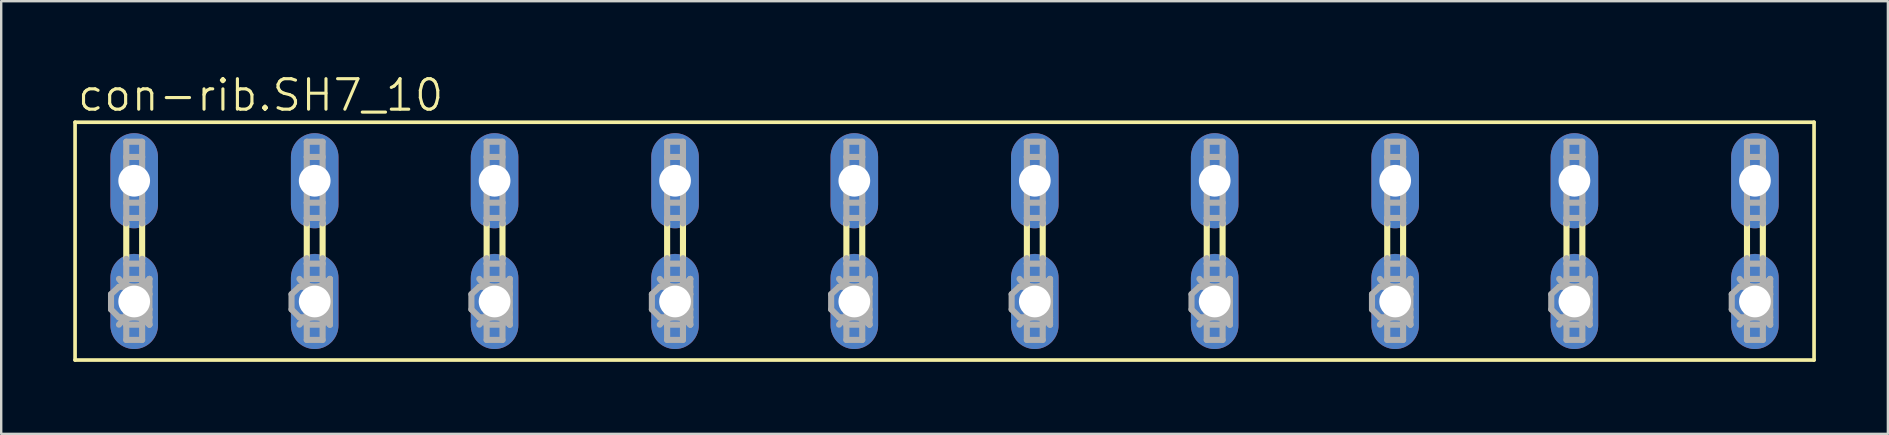
<source format=kicad_pcb>
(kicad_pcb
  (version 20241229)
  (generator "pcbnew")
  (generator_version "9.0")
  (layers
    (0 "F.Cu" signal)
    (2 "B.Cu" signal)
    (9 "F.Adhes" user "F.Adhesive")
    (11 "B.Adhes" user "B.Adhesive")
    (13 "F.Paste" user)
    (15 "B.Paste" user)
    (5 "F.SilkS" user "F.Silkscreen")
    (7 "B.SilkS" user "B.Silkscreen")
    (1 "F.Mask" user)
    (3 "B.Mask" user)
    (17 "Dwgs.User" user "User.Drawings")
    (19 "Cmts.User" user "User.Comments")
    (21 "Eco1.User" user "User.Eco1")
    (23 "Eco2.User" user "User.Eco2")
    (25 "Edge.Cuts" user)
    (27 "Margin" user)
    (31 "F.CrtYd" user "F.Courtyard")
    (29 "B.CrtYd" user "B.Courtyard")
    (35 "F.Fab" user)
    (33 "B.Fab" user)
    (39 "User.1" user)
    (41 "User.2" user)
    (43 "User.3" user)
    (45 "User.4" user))
  (footprint "con-rib.SH7_10"
    (layer "F.Cu")
    (at 36.297 6.994)
    (property "Reference" "con-rib.SH7_10" (at -36.195 -5.334 0) (layer "F.SilkS") (effects (font (size 1.27 1.27) (thickness 0.13)) (justify left bottom)))
    (attr through_hole)
    (fp_line (start -36.22 -4.953) (end -36.22 4.953) (stroke (width 0.152) (type default)) (layer "F.SilkS"))
    (fp_line (start -36.22 -4.953) (end 36.22 -4.953) (stroke (width 0.152) (type default)) (layer "F.SilkS"))
    (fp_line (start -34.087 0.711) (end -34.087 -0.737) (stroke (width 0.254) (type default)) (layer "F.SilkS"))
    (fp_line (start -33.426 0.711) (end -33.426 -0.737) (stroke (width 0.254) (type default)) (layer "F.SilkS"))
    (fp_line (start -26.568 0.711) (end -26.568 -0.737) (stroke (width 0.254) (type default)) (layer "F.SilkS"))
    (fp_line (start -25.908 0.711) (end -25.908 -0.737) (stroke (width 0.254) (type default)) (layer "F.SilkS"))
    (fp_line (start -19.075 0.711) (end -19.075 -0.737) (stroke (width 0.254) (type default)) (layer "F.SilkS"))
    (fp_line (start -18.415 0.711) (end -18.415 -0.737) (stroke (width 0.254) (type default)) (layer "F.SilkS"))
    (fp_line (start -11.557 0.711) (end -11.557 -0.737) (stroke (width 0.254) (type default)) (layer "F.SilkS"))
    (fp_line (start -10.897 0.711) (end -10.897 -0.737) (stroke (width 0.254) (type default)) (layer "F.SilkS"))
    (fp_line (start -4.089 0.711) (end -4.089 -0.737) (stroke (width 0.254) (type default)) (layer "F.SilkS"))
    (fp_line (start -3.429 0.711) (end -3.429 -0.737) (stroke (width 0.254) (type default)) (layer "F.SilkS"))
    (fp_line (start 3.429 0.711) (end 3.429 -0.737) (stroke (width 0.254) (type default)) (layer "F.SilkS"))
    (fp_line (start 4.089 0.711) (end 4.089 -0.737) (stroke (width 0.254) (type default)) (layer "F.SilkS"))
    (fp_line (start 10.922 0.711) (end 10.922 -0.737) (stroke (width 0.254) (type default)) (layer "F.SilkS"))
    (fp_line (start 11.582 0.711) (end 11.582 -0.737) (stroke (width 0.254) (type default)) (layer "F.SilkS"))
    (fp_line (start 18.44 0.711) (end 18.44 -0.737) (stroke (width 0.254) (type default)) (layer "F.SilkS"))
    (fp_line (start 19.101 0.711) (end 19.101 -0.737) (stroke (width 0.254) (type default)) (layer "F.SilkS"))
    (fp_line (start 25.908 0.711) (end 25.908 -0.737) (stroke (width 0.254) (type default)) (layer "F.SilkS"))
    (fp_line (start 26.568 0.711) (end 26.568 -0.737) (stroke (width 0.254) (type default)) (layer "F.SilkS"))
    (fp_line (start 33.426 0.711) (end 33.426 -0.737) (stroke (width 0.254) (type default)) (layer "F.SilkS"))
    (fp_line (start 34.087 0.711) (end 34.087 -0.737) (stroke (width 0.254) (type default)) (layer "F.SilkS"))
    (fp_line (start 36.22 4.953) (end -36.22 4.953) (stroke (width 0.152) (type default)) (layer "F.SilkS"))
    (fp_line (start 36.22 4.953) (end 36.22 -4.953) (stroke (width 0.152) (type default)) (layer "F.SilkS"))
    (fp_line (start -34.722 2.21) (end -34.392 1.905) (stroke (width 0.254) (type default)) (layer "F.Fab"))
    (fp_line (start -34.722 2.845) (end -34.722 2.21) (stroke (width 0.254) (type default)) (layer "F.Fab"))
    (fp_line (start -34.722 2.845) (end -34.392 3.175) (stroke (width 0.254) (type default)) (layer "F.Fab"))
    (fp_line (start -34.087 -4.14) (end -33.426 -4.14) (stroke (width 0.254) (type default)) (layer "F.Fab"))
    (fp_line (start -34.087 -3.505) (end -34.087 -4.14) (stroke (width 0.254) (type default)) (layer "F.Fab"))
    (fp_line (start -34.087 -3.505) (end -34.087 -1.6) (stroke (width 0.254) (type default)) (layer "F.Fab"))
    (fp_line (start -34.087 -1.6) (end -33.426 -1.6) (stroke (width 0.254) (type default)) (layer "F.Fab"))
    (fp_line (start -34.087 -0.965) (end -34.087 -1.6) (stroke (width 0.254) (type default)) (layer "F.Fab"))
    (fp_line (start -34.087 -0.965) (end -33.426 -0.965) (stroke (width 0.254) (type default)) (layer "F.Fab"))
    (fp_line (start -34.087 -0.737) (end -34.087 -0.965) (stroke (width 0.254) (type default)) (layer "F.Fab"))
    (fp_line (start -34.087 0.94) (end -34.087 0.737) (stroke (width 0.254) (type default)) (layer "F.Fab"))
    (fp_line (start -34.087 0.94) (end -33.426 0.94) (stroke (width 0.254) (type default)) (layer "F.Fab"))
    (fp_line (start -34.087 1.575) (end -34.087 0.94) (stroke (width 0.254) (type default)) (layer "F.Fab"))
    (fp_line (start -34.087 1.575) (end -34.087 3.48) (stroke (width 0.254) (type default)) (layer "F.Fab"))
    (fp_line (start -34.087 3.48) (end -34.087 4.115) (stroke (width 0.254) (type default)) (layer "F.Fab"))
    (fp_line (start -34.087 3.48) (end -33.426 3.48) (stroke (width 0.254) (type default)) (layer "F.Fab"))
    (fp_line (start -34.087 4.115) (end -33.426 4.115) (stroke (width 0.254) (type default)) (layer "F.Fab"))
    (fp_line (start -33.426 -4.14) (end -33.426 -3.505) (stroke (width 0.254) (type default)) (layer "F.Fab"))
    (fp_line (start -33.426 -3.505) (end -34.087 -3.505) (stroke (width 0.254) (type default)) (layer "F.Fab"))
    (fp_line (start -33.426 -1.6) (end -33.426 -3.505) (stroke (width 0.254) (type default)) (layer "F.Fab"))
    (fp_line (start -33.426 -0.965) (end -33.426 -1.6) (stroke (width 0.254) (type default)) (layer "F.Fab"))
    (fp_line (start -33.426 -0.737) (end -33.426 -0.965) (stroke (width 0.254) (type default)) (layer "F.Fab"))
    (fp_line (start -33.426 0.94) (end -33.426 0.737) (stroke (width 0.254) (type default)) (layer "F.Fab"))
    (fp_line (start -33.426 0.94) (end -33.426 1.575) (stroke (width 0.254) (type default)) (layer "F.Fab"))
    (fp_line (start -33.426 1.575) (end -34.087 1.575) (stroke (width 0.254) (type default)) (layer "F.Fab"))
    (fp_line (start -33.426 1.905) (end -34.392 1.905) (stroke (width 0.254) (type default)) (layer "F.Fab"))
    (fp_line (start -33.426 1.905) (end -33.426 1.575) (stroke (width 0.254) (type default)) (layer "F.Fab"))
    (fp_line (start -33.426 1.905) (end -33.122 1.575) (stroke (width 0.254) (type default)) (layer "F.Fab"))
    (fp_line (start -33.426 1.905) (end -33.122 2.21) (stroke (width 0.254) (type default)) (layer "F.Fab"))
    (fp_line (start -33.426 3.175) (end -34.392 3.175) (stroke (width 0.254) (type default)) (layer "F.Fab"))
    (fp_line (start -33.426 3.175) (end -33.426 1.905) (stroke (width 0.254) (type default)) (layer "F.Fab"))
    (fp_line (start -33.426 3.175) (end -33.122 2.845) (stroke (width 0.254) (type default)) (layer "F.Fab"))
    (fp_line (start -33.426 3.175) (end -33.122 3.48) (stroke (width 0.254) (type default)) (layer "F.Fab"))
    (fp_line (start -33.426 3.48) (end -33.426 3.175) (stroke (width 0.254) (type default)) (layer "F.Fab"))
    (fp_line (start -33.426 4.115) (end -33.426 3.48) (stroke (width 0.254) (type default)) (layer "F.Fab"))
    (fp_line (start -33.122 1.905) (end -33.426 1.905) (stroke (width 0.254) (type default)) (layer "F.Fab"))
    (fp_line (start -33.122 1.905) (end -33.122 1.575) (stroke (width 0.254) (type default)) (layer "F.Fab"))
    (fp_line (start -33.122 2.21) (end -33.122 1.905) (stroke (width 0.254) (type default)) (layer "F.Fab"))
    (fp_line (start -33.122 2.845) (end -33.122 2.21) (stroke (width 0.254) (type default)) (layer "F.Fab"))
    (fp_line (start -33.122 3.175) (end -33.426 3.175) (stroke (width 0.254) (type default)) (layer "F.Fab"))
    (fp_line (start -33.122 3.175) (end -33.122 2.845) (stroke (width 0.254) (type default)) (layer "F.Fab"))
    (fp_line (start -33.122 3.48) (end -33.122 3.175) (stroke (width 0.254) (type default)) (layer "F.Fab"))
    (fp_line (start -27.203 2.21) (end -26.873 1.905) (stroke (width 0.254) (type default)) (layer "F.Fab"))
    (fp_line (start -27.203 2.845) (end -27.203 2.21) (stroke (width 0.254) (type default)) (layer "F.Fab"))
    (fp_line (start -27.203 2.845) (end -26.873 3.175) (stroke (width 0.254) (type default)) (layer "F.Fab"))
    (fp_line (start -26.568 -4.14) (end -25.908 -4.14) (stroke (width 0.254) (type default)) (layer "F.Fab"))
    (fp_line (start -26.568 -3.505) (end -26.568 -4.14) (stroke (width 0.254) (type default)) (layer "F.Fab"))
    (fp_line (start -26.568 -3.505) (end -26.568 -1.6) (stroke (width 0.254) (type default)) (layer "F.Fab"))
    (fp_line (start -26.568 -1.6) (end -25.908 -1.6) (stroke (width 0.254) (type default)) (layer "F.Fab"))
    (fp_line (start -26.568 -0.965) (end -26.568 -1.6) (stroke (width 0.254) (type default)) (layer "F.Fab"))
    (fp_line (start -26.568 -0.965) (end -25.908 -0.965) (stroke (width 0.254) (type default)) (layer "F.Fab"))
    (fp_line (start -26.568 -0.737) (end -26.568 -0.965) (stroke (width 0.254) (type default)) (layer "F.Fab"))
    (fp_line (start -26.568 0.94) (end -26.568 0.711) (stroke (width 0.254) (type default)) (layer "F.Fab"))
    (fp_line (start -26.568 0.94) (end -25.908 0.94) (stroke (width 0.254) (type default)) (layer "F.Fab"))
    (fp_line (start -26.568 1.575) (end -26.568 0.94) (stroke (width 0.254) (type default)) (layer "F.Fab"))
    (fp_line (start -26.568 1.575) (end -26.568 3.48) (stroke (width 0.254) (type default)) (layer "F.Fab"))
    (fp_line (start -26.568 3.48) (end -26.568 4.115) (stroke (width 0.254) (type default)) (layer "F.Fab"))
    (fp_line (start -26.568 3.48) (end -25.908 3.48) (stroke (width 0.254) (type default)) (layer "F.Fab"))
    (fp_line (start -26.568 4.115) (end -25.908 4.115) (stroke (width 0.254) (type default)) (layer "F.Fab"))
    (fp_line (start -25.908 -4.14) (end -25.908 -3.505) (stroke (width 0.254) (type default)) (layer "F.Fab"))
    (fp_line (start -25.908 -3.505) (end -26.568 -3.505) (stroke (width 0.254) (type default)) (layer "F.Fab"))
    (fp_line (start -25.908 -1.6) (end -25.908 -3.505) (stroke (width 0.254) (type default)) (layer "F.Fab"))
    (fp_line (start -25.908 -0.965) (end -25.908 -1.6) (stroke (width 0.254) (type default)) (layer "F.Fab"))
    (fp_line (start -25.908 -0.737) (end -25.908 -0.965) (stroke (width 0.254) (type default)) (layer "F.Fab"))
    (fp_line (start -25.908 0.94) (end -25.908 0.711) (stroke (width 0.254) (type default)) (layer "F.Fab"))
    (fp_line (start -25.908 0.94) (end -25.908 1.575) (stroke (width 0.254) (type default)) (layer "F.Fab"))
    (fp_line (start -25.908 1.575) (end -26.568 1.575) (stroke (width 0.254) (type default)) (layer "F.Fab"))
    (fp_line (start -25.908 1.905) (end -26.873 1.905) (stroke (width 0.254) (type default)) (layer "F.Fab"))
    (fp_line (start -25.908 1.905) (end -25.908 1.575) (stroke (width 0.254) (type default)) (layer "F.Fab"))
    (fp_line (start -25.908 1.905) (end -25.603 1.575) (stroke (width 0.254) (type default)) (layer "F.Fab"))
    (fp_line (start -25.908 1.905) (end -25.603 2.21) (stroke (width 0.254) (type default)) (layer "F.Fab"))
    (fp_line (start -25.908 3.175) (end -26.873 3.175) (stroke (width 0.254) (type default)) (layer "F.Fab"))
    (fp_line (start -25.908 3.175) (end -25.908 1.905) (stroke (width 0.254) (type default)) (layer "F.Fab"))
    (fp_line (start -25.908 3.175) (end -25.603 2.845) (stroke (width 0.254) (type default)) (layer "F.Fab"))
    (fp_line (start -25.908 3.175) (end -25.603 3.48) (stroke (width 0.254) (type default)) (layer "F.Fab"))
    (fp_line (start -25.908 3.48) (end -25.908 3.175) (stroke (width 0.254) (type default)) (layer "F.Fab"))
    (fp_line (start -25.908 4.115) (end -25.908 3.48) (stroke (width 0.254) (type default)) (layer "F.Fab"))
    (fp_line (start -25.603 1.905) (end -25.908 1.905) (stroke (width 0.254) (type default)) (layer "F.Fab"))
    (fp_line (start -25.603 1.905) (end -25.603 1.575) (stroke (width 0.254) (type default)) (layer "F.Fab"))
    (fp_line (start -25.603 2.21) (end -25.603 1.905) (stroke (width 0.254) (type default)) (layer "F.Fab"))
    (fp_line (start -25.603 2.845) (end -25.603 2.21) (stroke (width 0.254) (type default)) (layer "F.Fab"))
    (fp_line (start -25.603 3.175) (end -25.908 3.175) (stroke (width 0.254) (type default)) (layer "F.Fab"))
    (fp_line (start -25.603 3.175) (end -25.603 2.845) (stroke (width 0.254) (type default)) (layer "F.Fab"))
    (fp_line (start -25.603 3.48) (end -25.603 3.175) (stroke (width 0.254) (type default)) (layer "F.Fab"))
    (fp_line (start -19.71 2.21) (end -19.38 1.905) (stroke (width 0.254) (type default)) (layer "F.Fab"))
    (fp_line (start -19.71 2.845) (end -19.71 2.21) (stroke (width 0.254) (type default)) (layer "F.Fab"))
    (fp_line (start -19.71 2.845) (end -19.38 3.175) (stroke (width 0.254) (type default)) (layer "F.Fab"))
    (fp_line (start -19.075 -4.14) (end -18.415 -4.14) (stroke (width 0.254) (type default)) (layer "F.Fab"))
    (fp_line (start -19.075 -3.505) (end -19.075 -4.14) (stroke (width 0.254) (type default)) (layer "F.Fab"))
    (fp_line (start -19.075 -3.505) (end -19.075 -1.6) (stroke (width 0.254) (type default)) (layer "F.Fab"))
    (fp_line (start -19.075 -1.6) (end -19.075 -0.965) (stroke (width 0.254) (type default)) (layer "F.Fab"))
    (fp_line (start -19.075 -1.6) (end -18.415 -1.6) (stroke (width 0.254) (type default)) (layer "F.Fab"))
    (fp_line (start -19.075 -0.965) (end -18.415 -0.965) (stroke (width 0.254) (type default)) (layer "F.Fab"))
    (fp_line (start -19.075 -0.737) (end -19.075 -0.965) (stroke (width 0.254) (type default)) (layer "F.Fab"))
    (fp_line (start -19.075 0.94) (end -19.075 0.711) (stroke (width 0.254) (type default)) (layer "F.Fab"))
    (fp_line (start -19.075 0.94) (end -18.415 0.94) (stroke (width 0.254) (type default)) (layer "F.Fab"))
    (fp_line (start -19.075 1.575) (end -19.075 0.94) (stroke (width 0.254) (type default)) (layer "F.Fab"))
    (fp_line (start -19.075 1.575) (end -19.075 3.48) (stroke (width 0.254) (type default)) (layer "F.Fab"))
    (fp_line (start -19.075 3.48) (end -19.075 4.115) (stroke (width 0.254) (type default)) (layer "F.Fab"))
    (fp_line (start -19.075 3.48) (end -18.415 3.48) (stroke (width 0.254) (type default)) (layer "F.Fab"))
    (fp_line (start -19.075 4.115) (end -18.415 4.115) (stroke (width 0.254) (type default)) (layer "F.Fab"))
    (fp_line (start -18.415 -4.14) (end -18.415 -3.505) (stroke (width 0.254) (type default)) (layer "F.Fab"))
    (fp_line (start -18.415 -3.505) (end -19.075 -3.505) (stroke (width 0.254) (type default)) (layer "F.Fab"))
    (fp_line (start -18.415 -1.6) (end -18.415 -3.505) (stroke (width 0.254) (type default)) (layer "F.Fab"))
    (fp_line (start -18.415 -0.965) (end -18.415 -1.6) (stroke (width 0.254) (type default)) (layer "F.Fab"))
    (fp_line (start -18.415 -0.737) (end -18.415 -0.965) (stroke (width 0.254) (type default)) (layer "F.Fab"))
    (fp_line (start -18.415 0.94) (end -18.415 0.711) (stroke (width 0.254) (type default)) (layer "F.Fab"))
    (fp_line (start -18.415 0.94) (end -18.415 1.575) (stroke (width 0.254) (type default)) (layer "F.Fab"))
    (fp_line (start -18.415 1.575) (end -19.075 1.575) (stroke (width 0.254) (type default)) (layer "F.Fab"))
    (fp_line (start -18.415 1.905) (end -19.38 1.905) (stroke (width 0.254) (type default)) (layer "F.Fab"))
    (fp_line (start -18.415 1.905) (end -18.415 1.575) (stroke (width 0.254) (type default)) (layer "F.Fab"))
    (fp_line (start -18.415 1.905) (end -18.11 1.575) (stroke (width 0.254) (type default)) (layer "F.Fab"))
    (fp_line (start -18.415 1.905) (end -18.11 2.21) (stroke (width 0.254) (type default)) (layer "F.Fab"))
    (fp_line (start -18.415 3.175) (end -19.38 3.175) (stroke (width 0.254) (type default)) (layer "F.Fab"))
    (fp_line (start -18.415 3.175) (end -18.415 1.905) (stroke (width 0.254) (type default)) (layer "F.Fab"))
    (fp_line (start -18.415 3.175) (end -18.11 2.845) (stroke (width 0.254) (type default)) (layer "F.Fab"))
    (fp_line (start -18.415 3.175) (end -18.11 3.48) (stroke (width 0.254) (type default)) (layer "F.Fab"))
    (fp_line (start -18.415 3.48) (end -18.415 3.175) (stroke (width 0.254) (type default)) (layer "F.Fab"))
    (fp_line (start -18.415 4.115) (end -18.415 3.48) (stroke (width 0.254) (type default)) (layer "F.Fab"))
    (fp_line (start -18.11 1.905) (end -18.415 1.905) (stroke (width 0.254) (type default)) (layer "F.Fab"))
    (fp_line (start -18.11 1.905) (end -18.11 1.575) (stroke (width 0.254) (type default)) (layer "F.Fab"))
    (fp_line (start -18.11 2.21) (end -18.11 1.905) (stroke (width 0.254) (type default)) (layer "F.Fab"))
    (fp_line (start -18.11 2.845) (end -18.11 2.21) (stroke (width 0.254) (type default)) (layer "F.Fab"))
    (fp_line (start -18.11 3.175) (end -18.415 3.175) (stroke (width 0.254) (type default)) (layer "F.Fab"))
    (fp_line (start -18.11 3.175) (end -18.11 2.845) (stroke (width 0.254) (type default)) (layer "F.Fab"))
    (fp_line (start -18.11 3.48) (end -18.11 3.175) (stroke (width 0.254) (type default)) (layer "F.Fab"))
    (fp_line (start -12.192 2.21) (end -11.862 1.905) (stroke (width 0.254) (type default)) (layer "F.Fab"))
    (fp_line (start -12.192 2.845) (end -12.192 2.21) (stroke (width 0.254) (type default)) (layer "F.Fab"))
    (fp_line (start -12.192 2.845) (end -11.862 3.175) (stroke (width 0.254) (type default)) (layer "F.Fab"))
    (fp_line (start -11.557 -4.14) (end -10.897 -4.14) (stroke (width 0.254) (type default)) (layer "F.Fab"))
    (fp_line (start -11.557 -3.505) (end -11.557 -4.14) (stroke (width 0.254) (type default)) (layer "F.Fab"))
    (fp_line (start -11.557 -3.505) (end -11.557 -1.6) (stroke (width 0.254) (type default)) (layer "F.Fab"))
    (fp_line (start -11.557 -1.6) (end -11.557 -0.965) (stroke (width 0.254) (type default)) (layer "F.Fab"))
    (fp_line (start -11.557 -1.6) (end -10.897 -1.6) (stroke (width 0.254) (type default)) (layer "F.Fab"))
    (fp_line (start -11.557 -0.965) (end -10.897 -0.965) (stroke (width 0.254) (type default)) (layer "F.Fab"))
    (fp_line (start -11.557 -0.737) (end -11.557 -0.965) (stroke (width 0.254) (type default)) (layer "F.Fab"))
    (fp_line (start -11.557 0.94) (end -11.557 0.711) (stroke (width 0.254) (type default)) (layer "F.Fab"))
    (fp_line (start -11.557 0.94) (end -10.897 0.94) (stroke (width 0.254) (type default)) (layer "F.Fab"))
    (fp_line (start -11.557 1.575) (end -11.557 0.94) (stroke (width 0.254) (type default)) (layer "F.Fab"))
    (fp_line (start -11.557 1.575) (end -11.557 3.48) (stroke (width 0.254) (type default)) (layer "F.Fab"))
    (fp_line (start -11.557 3.48) (end -11.557 4.115) (stroke (width 0.254) (type default)) (layer "F.Fab"))
    (fp_line (start -11.557 3.48) (end -10.897 3.48) (stroke (width 0.254) (type default)) (layer "F.Fab"))
    (fp_line (start -11.557 4.115) (end -10.897 4.115) (stroke (width 0.254) (type default)) (layer "F.Fab"))
    (fp_line (start -10.897 -4.14) (end -10.897 -3.505) (stroke (width 0.254) (type default)) (layer "F.Fab"))
    (fp_line (start -10.897 -3.505) (end -11.557 -3.505) (stroke (width 0.254) (type default)) (layer "F.Fab"))
    (fp_line (start -10.897 -1.6) (end -10.897 -3.505) (stroke (width 0.254) (type default)) (layer "F.Fab"))
    (fp_line (start -10.897 -0.965) (end -10.897 -1.6) (stroke (width 0.254) (type default)) (layer "F.Fab"))
    (fp_line (start -10.897 -0.737) (end -10.897 -0.965) (stroke (width 0.254) (type default)) (layer "F.Fab"))
    (fp_line (start -10.897 0.94) (end -10.897 0.711) (stroke (width 0.254) (type default)) (layer "F.Fab"))
    (fp_line (start -10.897 0.94) (end -10.897 1.575) (stroke (width 0.254) (type default)) (layer "F.Fab"))
    (fp_line (start -10.897 1.575) (end -11.557 1.575) (stroke (width 0.254) (type default)) (layer "F.Fab"))
    (fp_line (start -10.897 1.905) (end -11.862 1.905) (stroke (width 0.254) (type default)) (layer "F.Fab"))
    (fp_line (start -10.897 1.905) (end -10.897 1.575) (stroke (width 0.254) (type default)) (layer "F.Fab"))
    (fp_line (start -10.897 1.905) (end -10.592 1.575) (stroke (width 0.254) (type default)) (layer "F.Fab"))
    (fp_line (start -10.897 1.905) (end -10.592 2.21) (stroke (width 0.254) (type default)) (layer "F.Fab"))
    (fp_line (start -10.897 3.175) (end -11.862 3.175) (stroke (width 0.254) (type default)) (layer "F.Fab"))
    (fp_line (start -10.897 3.175) (end -10.897 1.905) (stroke (width 0.254) (type default)) (layer "F.Fab"))
    (fp_line (start -10.897 3.175) (end -10.592 2.845) (stroke (width 0.254) (type default)) (layer "F.Fab"))
    (fp_line (start -10.897 3.175) (end -10.592 3.48) (stroke (width 0.254) (type default)) (layer "F.Fab"))
    (fp_line (start -10.897 3.48) (end -10.897 3.175) (stroke (width 0.254) (type default)) (layer "F.Fab"))
    (fp_line (start -10.897 4.115) (end -10.897 3.48) (stroke (width 0.254) (type default)) (layer "F.Fab"))
    (fp_line (start -10.592 1.905) (end -10.897 1.905) (stroke (width 0.254) (type default)) (layer "F.Fab"))
    (fp_line (start -10.592 1.905) (end -10.592 1.575) (stroke (width 0.254) (type default)) (layer "F.Fab"))
    (fp_line (start -10.592 2.21) (end -10.592 1.905) (stroke (width 0.254) (type default)) (layer "F.Fab"))
    (fp_line (start -10.592 2.845) (end -10.592 2.21) (stroke (width 0.254) (type default)) (layer "F.Fab"))
    (fp_line (start -10.592 3.175) (end -10.897 3.175) (stroke (width 0.254) (type default)) (layer "F.Fab"))
    (fp_line (start -10.592 3.175) (end -10.592 2.845) (stroke (width 0.254) (type default)) (layer "F.Fab"))
    (fp_line (start -10.592 3.48) (end -10.592 3.175) (stroke (width 0.254) (type default)) (layer "F.Fab"))
    (fp_line (start -4.724 2.21) (end -4.394 1.905) (stroke (width 0.254) (type default)) (layer "F.Fab"))
    (fp_line (start -4.724 2.845) (end -4.724 2.21) (stroke (width 0.254) (type default)) (layer "F.Fab"))
    (fp_line (start -4.724 2.845) (end -4.394 3.175) (stroke (width 0.254) (type default)) (layer "F.Fab"))
    (fp_line (start -4.089 -4.14) (end -3.429 -4.14) (stroke (width 0.254) (type default)) (layer "F.Fab"))
    (fp_line (start -4.089 -3.505) (end -4.089 -4.14) (stroke (width 0.254) (type default)) (layer "F.Fab"))
    (fp_line (start -4.089 -3.505) (end -4.089 -1.6) (stroke (width 0.254) (type default)) (layer "F.Fab"))
    (fp_line (start -4.089 -1.6) (end -3.429 -1.6) (stroke (width 0.254) (type default)) (layer "F.Fab"))
    (fp_line (start -4.089 -0.965) (end -4.089 -1.6) (stroke (width 0.254) (type default)) (layer "F.Fab"))
    (fp_line (start -4.089 -0.965) (end -3.429 -0.965) (stroke (width 0.254) (type default)) (layer "F.Fab"))
    (fp_line (start -4.089 -0.737) (end -4.089 -0.965) (stroke (width 0.254) (type default)) (layer "F.Fab"))
    (fp_line (start -4.089 0.94) (end -4.089 0.711) (stroke (width 0.254) (type default)) (layer "F.Fab"))
    (fp_line (start -4.089 0.94) (end -3.429 0.94) (stroke (width 0.254) (type default)) (layer "F.Fab"))
    (fp_line (start -4.089 1.575) (end -4.089 0.94) (stroke (width 0.254) (type default)) (layer "F.Fab"))
    (fp_line (start -4.089 1.575) (end -4.089 3.48) (stroke (width 0.254) (type default)) (layer "F.Fab"))
    (fp_line (start -4.089 3.48) (end -4.089 4.115) (stroke (width 0.254) (type default)) (layer "F.Fab"))
    (fp_line (start -4.089 3.48) (end -3.429 3.48) (stroke (width 0.254) (type default)) (layer "F.Fab"))
    (fp_line (start -4.089 4.115) (end -3.429 4.115) (stroke (width 0.254) (type default)) (layer "F.Fab"))
    (fp_line (start -3.429 -4.14) (end -3.429 -3.505) (stroke (width 0.254) (type default)) (layer "F.Fab"))
    (fp_line (start -3.429 -3.505) (end -4.089 -3.505) (stroke (width 0.254) (type default)) (layer "F.Fab"))
    (fp_line (start -3.429 -1.6) (end -3.429 -3.505) (stroke (width 0.254) (type default)) (layer "F.Fab"))
    (fp_line (start -3.429 -0.965) (end -3.429 -1.6) (stroke (width 0.254) (type default)) (layer "F.Fab"))
    (fp_line (start -3.429 -0.737) (end -3.429 -0.965) (stroke (width 0.254) (type default)) (layer "F.Fab"))
    (fp_line (start -3.429 0.94) (end -3.429 0.711) (stroke (width 0.254) (type default)) (layer "F.Fab"))
    (fp_line (start -3.429 0.94) (end -3.429 1.575) (stroke (width 0.254) (type default)) (layer "F.Fab"))
    (fp_line (start -3.429 1.575) (end -4.089 1.575) (stroke (width 0.254) (type default)) (layer "F.Fab"))
    (fp_line (start -3.429 1.905) (end -4.394 1.905) (stroke (width 0.254) (type default)) (layer "F.Fab"))
    (fp_line (start -3.429 1.905) (end -3.429 1.575) (stroke (width 0.254) (type default)) (layer "F.Fab"))
    (fp_line (start -3.429 1.905) (end -3.124 1.575) (stroke (width 0.254) (type default)) (layer "F.Fab"))
    (fp_line (start -3.429 1.905) (end -3.124 2.21) (stroke (width 0.254) (type default)) (layer "F.Fab"))
    (fp_line (start -3.429 3.175) (end -4.394 3.175) (stroke (width 0.254) (type default)) (layer "F.Fab"))
    (fp_line (start -3.429 3.175) (end -3.429 1.905) (stroke (width 0.254) (type default)) (layer "F.Fab"))
    (fp_line (start -3.429 3.175) (end -3.124 2.845) (stroke (width 0.254) (type default)) (layer "F.Fab"))
    (fp_line (start -3.429 3.175) (end -3.124 3.48) (stroke (width 0.254) (type default)) (layer "F.Fab"))
    (fp_line (start -3.429 3.48) (end -3.429 3.175) (stroke (width 0.254) (type default)) (layer "F.Fab"))
    (fp_line (start -3.429 4.115) (end -3.429 3.48) (stroke (width 0.254) (type default)) (layer "F.Fab"))
    (fp_line (start -3.124 1.905) (end -3.429 1.905) (stroke (width 0.254) (type default)) (layer "F.Fab"))
    (fp_line (start -3.124 1.905) (end -3.124 1.575) (stroke (width 0.254) (type default)) (layer "F.Fab"))
    (fp_line (start -3.124 2.21) (end -3.124 1.905) (stroke (width 0.254) (type default)) (layer "F.Fab"))
    (fp_line (start -3.124 2.845) (end -3.124 2.21) (stroke (width 0.254) (type default)) (layer "F.Fab"))
    (fp_line (start -3.124 3.175) (end -3.429 3.175) (stroke (width 0.254) (type default)) (layer "F.Fab"))
    (fp_line (start -3.124 3.175) (end -3.124 2.845) (stroke (width 0.254) (type default)) (layer "F.Fab"))
    (fp_line (start -3.124 3.48) (end -3.124 3.175) (stroke (width 0.254) (type default)) (layer "F.Fab"))
    (fp_line (start 2.794 2.21) (end 3.124 1.905) (stroke (width 0.254) (type default)) (layer "F.Fab"))
    (fp_line (start 2.794 2.845) (end 2.794 2.21) (stroke (width 0.254) (type default)) (layer "F.Fab"))
    (fp_line (start 2.794 2.845) (end 3.124 3.175) (stroke (width 0.254) (type default)) (layer "F.Fab"))
    (fp_line (start 3.429 -4.14) (end 4.089 -4.14) (stroke (width 0.254) (type default)) (layer "F.Fab"))
    (fp_line (start 3.429 -3.505) (end 3.429 -4.14) (stroke (width 0.254) (type default)) (layer "F.Fab"))
    (fp_line (start 3.429 -3.505) (end 3.429 -1.6) (stroke (width 0.254) (type default)) (layer "F.Fab"))
    (fp_line (start 3.429 -1.6) (end 4.089 -1.6) (stroke (width 0.254) (type default)) (layer "F.Fab"))
    (fp_line (start 3.429 -0.965) (end 3.429 -1.6) (stroke (width 0.254) (type default)) (layer "F.Fab"))
    (fp_line (start 3.429 -0.965) (end 4.089 -0.965) (stroke (width 0.254) (type default)) (layer "F.Fab"))
    (fp_line (start 3.429 -0.737) (end 3.429 -0.965) (stroke (width 0.254) (type default)) (layer "F.Fab"))
    (fp_line (start 3.429 0.94) (end 3.429 0.711) (stroke (width 0.254) (type default)) (layer "F.Fab"))
    (fp_line (start 3.429 0.94) (end 4.089 0.94) (stroke (width 0.254) (type default)) (layer "F.Fab"))
    (fp_line (start 3.429 1.575) (end 3.429 0.94) (stroke (width 0.254) (type default)) (layer "F.Fab"))
    (fp_line (start 3.429 1.575) (end 3.429 3.48) (stroke (width 0.254) (type default)) (layer "F.Fab"))
    (fp_line (start 3.429 3.48) (end 3.429 4.115) (stroke (width 0.254) (type default)) (layer "F.Fab"))
    (fp_line (start 3.429 3.48) (end 4.089 3.48) (stroke (width 0.254) (type default)) (layer "F.Fab"))
    (fp_line (start 3.429 4.115) (end 4.089 4.115) (stroke (width 0.254) (type default)) (layer "F.Fab"))
    (fp_line (start 4.089 -4.14) (end 4.089 -3.505) (stroke (width 0.254) (type default)) (layer "F.Fab"))
    (fp_line (start 4.089 -3.505) (end 3.429 -3.505) (stroke (width 0.254) (type default)) (layer "F.Fab"))
    (fp_line (start 4.089 -1.6) (end 4.089 -3.505) (stroke (width 0.254) (type default)) (layer "F.Fab"))
    (fp_line (start 4.089 -0.965) (end 4.089 -1.6) (stroke (width 0.254) (type default)) (layer "F.Fab"))
    (fp_line (start 4.089 -0.737) (end 4.089 -0.965) (stroke (width 0.254) (type default)) (layer "F.Fab"))
    (fp_line (start 4.089 0.94) (end 4.089 0.711) (stroke (width 0.254) (type default)) (layer "F.Fab"))
    (fp_line (start 4.089 0.94) (end 4.089 1.575) (stroke (width 0.254) (type default)) (layer "F.Fab"))
    (fp_line (start 4.089 1.575) (end 3.429 1.575) (stroke (width 0.254) (type default)) (layer "F.Fab"))
    (fp_line (start 4.089 1.905) (end 3.124 1.905) (stroke (width 0.254) (type default)) (layer "F.Fab"))
    (fp_line (start 4.089 1.905) (end 4.089 1.575) (stroke (width 0.254) (type default)) (layer "F.Fab"))
    (fp_line (start 4.089 1.905) (end 4.394 1.575) (stroke (width 0.254) (type default)) (layer "F.Fab"))
    (fp_line (start 4.089 1.905) (end 4.394 2.21) (stroke (width 0.254) (type default)) (layer "F.Fab"))
    (fp_line (start 4.089 3.175) (end 3.124 3.175) (stroke (width 0.254) (type default)) (layer "F.Fab"))
    (fp_line (start 4.089 3.175) (end 4.089 1.905) (stroke (width 0.254) (type default)) (layer "F.Fab"))
    (fp_line (start 4.089 3.175) (end 4.394 2.845) (stroke (width 0.254) (type default)) (layer "F.Fab"))
    (fp_line (start 4.089 3.175) (end 4.394 3.48) (stroke (width 0.254) (type default)) (layer "F.Fab"))
    (fp_line (start 4.089 3.48) (end 4.089 3.175) (stroke (width 0.254) (type default)) (layer "F.Fab"))
    (fp_line (start 4.089 4.115) (end 4.089 3.48) (stroke (width 0.254) (type default)) (layer "F.Fab"))
    (fp_line (start 4.394 1.905) (end 4.089 1.905) (stroke (width 0.254) (type default)) (layer "F.Fab"))
    (fp_line (start 4.394 1.905) (end 4.394 1.575) (stroke (width 0.254) (type default)) (layer "F.Fab"))
    (fp_line (start 4.394 2.21) (end 4.394 1.905) (stroke (width 0.254) (type default)) (layer "F.Fab"))
    (fp_line (start 4.394 2.845) (end 4.394 2.21) (stroke (width 0.254) (type default)) (layer "F.Fab"))
    (fp_line (start 4.394 3.175) (end 4.089 3.175) (stroke (width 0.254) (type default)) (layer "F.Fab"))
    (fp_line (start 4.394 3.175) (end 4.394 2.845) (stroke (width 0.254) (type default)) (layer "F.Fab"))
    (fp_line (start 4.394 3.48) (end 4.394 3.175) (stroke (width 0.254) (type default)) (layer "F.Fab"))
    (fp_line (start 10.287 2.21) (end 10.617 1.905) (stroke (width 0.254) (type default)) (layer "F.Fab"))
    (fp_line (start 10.287 2.845) (end 10.287 2.21) (stroke (width 0.254) (type default)) (layer "F.Fab"))
    (fp_line (start 10.287 2.845) (end 10.617 3.175) (stroke (width 0.254) (type default)) (layer "F.Fab"))
    (fp_line (start 10.922 -4.14) (end 11.582 -4.14) (stroke (width 0.254) (type default)) (layer "F.Fab"))
    (fp_line (start 10.922 -3.505) (end 10.922 -4.14) (stroke (width 0.254) (type default)) (layer "F.Fab"))
    (fp_line (start 10.922 -3.505) (end 10.922 -1.6) (stroke (width 0.254) (type default)) (layer "F.Fab"))
    (fp_line (start 10.922 -1.6) (end 11.582 -1.6) (stroke (width 0.254) (type default)) (layer "F.Fab"))
    (fp_line (start 10.922 -0.965) (end 10.922 -1.6) (stroke (width 0.254) (type default)) (layer "F.Fab"))
    (fp_line (start 10.922 -0.965) (end 11.582 -0.965) (stroke (width 0.254) (type default)) (layer "F.Fab"))
    (fp_line (start 10.922 -0.737) (end 10.922 -0.965) (stroke (width 0.254) (type default)) (layer "F.Fab"))
    (fp_line (start 10.922 0.94) (end 10.922 0.711) (stroke (width 0.254) (type default)) (layer "F.Fab"))
    (fp_line (start 10.922 0.94) (end 11.582 0.94) (stroke (width 0.254) (type default)) (layer "F.Fab"))
    (fp_line (start 10.922 1.575) (end 10.922 0.94) (stroke (width 0.254) (type default)) (layer "F.Fab"))
    (fp_line (start 10.922 1.575) (end 10.922 3.48) (stroke (width 0.254) (type default)) (layer "F.Fab"))
    (fp_line (start 10.922 3.48) (end 10.922 4.115) (stroke (width 0.254) (type default)) (layer "F.Fab"))
    (fp_line (start 10.922 3.48) (end 11.582 3.48) (stroke (width 0.254) (type default)) (layer "F.Fab"))
    (fp_line (start 10.922 4.115) (end 11.582 4.115) (stroke (width 0.254) (type default)) (layer "F.Fab"))
    (fp_line (start 11.582 -4.14) (end 11.582 -3.505) (stroke (width 0.254) (type default)) (layer "F.Fab"))
    (fp_line (start 11.582 -3.505) (end 10.922 -3.505) (stroke (width 0.254) (type default)) (layer "F.Fab"))
    (fp_line (start 11.582 -1.6) (end 11.582 -3.505) (stroke (width 0.254) (type default)) (layer "F.Fab"))
    (fp_line (start 11.582 -0.965) (end 11.582 -1.6) (stroke (width 0.254) (type default)) (layer "F.Fab"))
    (fp_line (start 11.582 -0.737) (end 11.582 -0.965) (stroke (width 0.254) (type default)) (layer "F.Fab"))
    (fp_line (start 11.582 0.94) (end 11.582 0.711) (stroke (width 0.254) (type default)) (layer "F.Fab"))
    (fp_line (start 11.582 0.94) (end 11.582 1.575) (stroke (width 0.254) (type default)) (layer "F.Fab"))
    (fp_line (start 11.582 1.575) (end 10.922 1.575) (stroke (width 0.254) (type default)) (layer "F.Fab"))
    (fp_line (start 11.582 1.905) (end 10.617 1.905) (stroke (width 0.254) (type default)) (layer "F.Fab"))
    (fp_line (start 11.582 1.905) (end 11.582 1.575) (stroke (width 0.254) (type default)) (layer "F.Fab"))
    (fp_line (start 11.582 1.905) (end 11.887 1.575) (stroke (width 0.254) (type default)) (layer "F.Fab"))
    (fp_line (start 11.582 1.905) (end 11.887 2.21) (stroke (width 0.254) (type default)) (layer "F.Fab"))
    (fp_line (start 11.582 3.175) (end 10.617 3.175) (stroke (width 0.254) (type default)) (layer "F.Fab"))
    (fp_line (start 11.582 3.175) (end 11.582 1.905) (stroke (width 0.254) (type default)) (layer "F.Fab"))
    (fp_line (start 11.582 3.175) (end 11.887 2.845) (stroke (width 0.254) (type default)) (layer "F.Fab"))
    (fp_line (start 11.582 3.175) (end 11.887 3.48) (stroke (width 0.254) (type default)) (layer "F.Fab"))
    (fp_line (start 11.582 3.48) (end 11.582 3.175) (stroke (width 0.254) (type default)) (layer "F.Fab"))
    (fp_line (start 11.582 4.115) (end 11.582 3.48) (stroke (width 0.254) (type default)) (layer "F.Fab"))
    (fp_line (start 11.887 1.905) (end 11.582 1.905) (stroke (width 0.254) (type default)) (layer "F.Fab"))
    (fp_line (start 11.887 1.905) (end 11.887 1.575) (stroke (width 0.254) (type default)) (layer "F.Fab"))
    (fp_line (start 11.887 2.21) (end 11.887 1.905) (stroke (width 0.254) (type default)) (layer "F.Fab"))
    (fp_line (start 11.887 2.845) (end 11.887 2.21) (stroke (width 0.254) (type default)) (layer "F.Fab"))
    (fp_line (start 11.887 3.175) (end 11.582 3.175) (stroke (width 0.254) (type default)) (layer "F.Fab"))
    (fp_line (start 11.887 3.175) (end 11.887 2.845) (stroke (width 0.254) (type default)) (layer "F.Fab"))
    (fp_line (start 11.887 3.48) (end 11.887 3.175) (stroke (width 0.254) (type default)) (layer "F.Fab"))
    (fp_line (start 17.805 2.21) (end 18.136 1.905) (stroke (width 0.254) (type default)) (layer "F.Fab"))
    (fp_line (start 17.805 2.845) (end 17.805 2.21) (stroke (width 0.254) (type default)) (layer "F.Fab"))
    (fp_line (start 17.805 2.845) (end 18.136 3.175) (stroke (width 0.254) (type default)) (layer "F.Fab"))
    (fp_line (start 18.44 -4.14) (end 19.101 -4.14) (stroke (width 0.254) (type default)) (layer "F.Fab"))
    (fp_line (start 18.44 -3.505) (end 18.44 -4.14) (stroke (width 0.254) (type default)) (layer "F.Fab"))
    (fp_line (start 18.44 -3.505) (end 18.44 -1.6) (stroke (width 0.254) (type default)) (layer "F.Fab"))
    (fp_line (start 18.44 -1.6) (end 18.44 -0.965) (stroke (width 0.254) (type default)) (layer "F.Fab"))
    (fp_line (start 18.44 -1.6) (end 19.101 -1.6) (stroke (width 0.254) (type default)) (layer "F.Fab"))
    (fp_line (start 18.44 -0.965) (end 19.101 -0.965) (stroke (width 0.254) (type default)) (layer "F.Fab"))
    (fp_line (start 18.44 -0.737) (end 18.44 -0.965) (stroke (width 0.254) (type default)) (layer "F.Fab"))
    (fp_line (start 18.44 0.94) (end 18.44 0.711) (stroke (width 0.254) (type default)) (layer "F.Fab"))
    (fp_line (start 18.44 0.94) (end 19.101 0.94) (stroke (width 0.254) (type default)) (layer "F.Fab"))
    (fp_line (start 18.44 1.575) (end 18.44 0.94) (stroke (width 0.254) (type default)) (layer "F.Fab"))
    (fp_line (start 18.44 1.575) (end 18.44 3.48) (stroke (width 0.254) (type default)) (layer "F.Fab"))
    (fp_line (start 18.44 3.48) (end 18.44 4.115) (stroke (width 0.254) (type default)) (layer "F.Fab"))
    (fp_line (start 18.44 3.48) (end 19.101 3.48) (stroke (width 0.254) (type default)) (layer "F.Fab"))
    (fp_line (start 18.44 4.115) (end 19.101 4.115) (stroke (width 0.254) (type default)) (layer "F.Fab"))
    (fp_line (start 19.101 -4.14) (end 19.101 -3.505) (stroke (width 0.254) (type default)) (layer "F.Fab"))
    (fp_line (start 19.101 -3.505) (end 18.44 -3.505) (stroke (width 0.254) (type default)) (layer "F.Fab"))
    (fp_line (start 19.101 -1.6) (end 19.101 -3.505) (stroke (width 0.254) (type default)) (layer "F.Fab"))
    (fp_line (start 19.101 -0.965) (end 19.101 -1.6) (stroke (width 0.254) (type default)) (layer "F.Fab"))
    (fp_line (start 19.101 -0.737) (end 19.101 -0.965) (stroke (width 0.254) (type default)) (layer "F.Fab"))
    (fp_line (start 19.101 0.94) (end 19.101 0.711) (stroke (width 0.254) (type default)) (layer "F.Fab"))
    (fp_line (start 19.101 0.94) (end 19.101 1.575) (stroke (width 0.254) (type default)) (layer "F.Fab"))
    (fp_line (start 19.101 1.575) (end 18.44 1.575) (stroke (width 0.254) (type default)) (layer "F.Fab"))
    (fp_line (start 19.101 1.905) (end 18.136 1.905) (stroke (width 0.254) (type default)) (layer "F.Fab"))
    (fp_line (start 19.101 1.905) (end 19.101 1.575) (stroke (width 0.254) (type default)) (layer "F.Fab"))
    (fp_line (start 19.101 1.905) (end 19.406 1.575) (stroke (width 0.254) (type default)) (layer "F.Fab"))
    (fp_line (start 19.101 1.905) (end 19.406 2.21) (stroke (width 0.254) (type default)) (layer "F.Fab"))
    (fp_line (start 19.101 3.175) (end 18.136 3.175) (stroke (width 0.254) (type default)) (layer "F.Fab"))
    (fp_line (start 19.101 3.175) (end 19.101 1.905) (stroke (width 0.254) (type default)) (layer "F.Fab"))
    (fp_line (start 19.101 3.175) (end 19.406 2.845) (stroke (width 0.254) (type default)) (layer "F.Fab"))
    (fp_line (start 19.101 3.175) (end 19.406 3.48) (stroke (width 0.254) (type default)) (layer "F.Fab"))
    (fp_line (start 19.101 3.48) (end 19.101 3.175) (stroke (width 0.254) (type default)) (layer "F.Fab"))
    (fp_line (start 19.101 4.115) (end 19.101 3.48) (stroke (width 0.254) (type default)) (layer "F.Fab"))
    (fp_line (start 19.406 1.905) (end 19.101 1.905) (stroke (width 0.254) (type default)) (layer "F.Fab"))
    (fp_line (start 19.406 1.905) (end 19.406 1.575) (stroke (width 0.254) (type default)) (layer "F.Fab"))
    (fp_line (start 19.406 2.21) (end 19.406 1.905) (stroke (width 0.254) (type default)) (layer "F.Fab"))
    (fp_line (start 19.406 2.845) (end 19.406 2.21) (stroke (width 0.254) (type default)) (layer "F.Fab"))
    (fp_line (start 19.406 3.175) (end 19.101 3.175) (stroke (width 0.254) (type default)) (layer "F.Fab"))
    (fp_line (start 19.406 3.175) (end 19.406 2.845) (stroke (width 0.254) (type default)) (layer "F.Fab"))
    (fp_line (start 19.406 3.48) (end 19.406 3.175) (stroke (width 0.254) (type default)) (layer "F.Fab"))
    (fp_line (start 25.273 2.21) (end 25.603 1.905) (stroke (width 0.254) (type default)) (layer "F.Fab"))
    (fp_line (start 25.273 2.845) (end 25.273 2.21) (stroke (width 0.254) (type default)) (layer "F.Fab"))
    (fp_line (start 25.273 2.845) (end 25.603 3.175) (stroke (width 0.254) (type default)) (layer "F.Fab"))
    (fp_line (start 25.908 -4.14) (end 26.568 -4.14) (stroke (width 0.254) (type default)) (layer "F.Fab"))
    (fp_line (start 25.908 -3.505) (end 25.908 -4.14) (stroke (width 0.254) (type default)) (layer "F.Fab"))
    (fp_line (start 25.908 -3.505) (end 25.908 -1.6) (stroke (width 0.254) (type default)) (layer "F.Fab"))
    (fp_line (start 25.908 -1.6) (end 25.908 -0.965) (stroke (width 0.254) (type default)) (layer "F.Fab"))
    (fp_line (start 25.908 -1.6) (end 26.568 -1.6) (stroke (width 0.254) (type default)) (layer "F.Fab"))
    (fp_line (start 25.908 -0.965) (end 26.568 -0.965) (stroke (width 0.254) (type default)) (layer "F.Fab"))
    (fp_line (start 25.908 -0.737) (end 25.908 -0.965) (stroke (width 0.254) (type default)) (layer "F.Fab"))
    (fp_line (start 25.908 0.94) (end 25.908 0.711) (stroke (width 0.254) (type default)) (layer "F.Fab"))
    (fp_line (start 25.908 0.94) (end 26.568 0.94) (stroke (width 0.254) (type default)) (layer "F.Fab"))
    (fp_line (start 25.908 1.575) (end 25.908 0.94) (stroke (width 0.254) (type default)) (layer "F.Fab"))
    (fp_line (start 25.908 1.575) (end 25.908 3.48) (stroke (width 0.254) (type default)) (layer "F.Fab"))
    (fp_line (start 25.908 3.48) (end 25.908 4.115) (stroke (width 0.254) (type default)) (layer "F.Fab"))
    (fp_line (start 25.908 3.48) (end 26.568 3.48) (stroke (width 0.254) (type default)) (layer "F.Fab"))
    (fp_line (start 25.908 4.115) (end 26.568 4.115) (stroke (width 0.254) (type default)) (layer "F.Fab"))
    (fp_line (start 26.568 -4.14) (end 26.568 -3.505) (stroke (width 0.254) (type default)) (layer "F.Fab"))
    (fp_line (start 26.568 -3.505) (end 25.908 -3.505) (stroke (width 0.254) (type default)) (layer "F.Fab"))
    (fp_line (start 26.568 -1.6) (end 26.568 -3.505) (stroke (width 0.254) (type default)) (layer "F.Fab"))
    (fp_line (start 26.568 -0.965) (end 26.568 -1.6) (stroke (width 0.254) (type default)) (layer "F.Fab"))
    (fp_line (start 26.568 -0.737) (end 26.568 -0.965) (stroke (width 0.254) (type default)) (layer "F.Fab"))
    (fp_line (start 26.568 0.94) (end 26.568 0.711) (stroke (width 0.254) (type default)) (layer "F.Fab"))
    (fp_line (start 26.568 0.94) (end 26.568 1.575) (stroke (width 0.254) (type default)) (layer "F.Fab"))
    (fp_line (start 26.568 1.575) (end 25.908 1.575) (stroke (width 0.254) (type default)) (layer "F.Fab"))
    (fp_line (start 26.568 1.905) (end 25.603 1.905) (stroke (width 0.254) (type default)) (layer "F.Fab"))
    (fp_line (start 26.568 1.905) (end 26.568 1.575) (stroke (width 0.254) (type default)) (layer "F.Fab"))
    (fp_line (start 26.568 1.905) (end 26.873 1.575) (stroke (width 0.254) (type default)) (layer "F.Fab"))
    (fp_line (start 26.568 1.905) (end 26.873 2.21) (stroke (width 0.254) (type default)) (layer "F.Fab"))
    (fp_line (start 26.568 3.175) (end 25.603 3.175) (stroke (width 0.254) (type default)) (layer "F.Fab"))
    (fp_line (start 26.568 3.175) (end 26.568 1.905) (stroke (width 0.254) (type default)) (layer "F.Fab"))
    (fp_line (start 26.568 3.175) (end 26.873 2.845) (stroke (width 0.254) (type default)) (layer "F.Fab"))
    (fp_line (start 26.568 3.175) (end 26.873 3.48) (stroke (width 0.254) (type default)) (layer "F.Fab"))
    (fp_line (start 26.568 3.48) (end 26.568 3.175) (stroke (width 0.254) (type default)) (layer "F.Fab"))
    (fp_line (start 26.568 4.115) (end 26.568 3.48) (stroke (width 0.254) (type default)) (layer "F.Fab"))
    (fp_line (start 26.873 1.905) (end 26.568 1.905) (stroke (width 0.254) (type default)) (layer "F.Fab"))
    (fp_line (start 26.873 1.905) (end 26.873 1.575) (stroke (width 0.254) (type default)) (layer "F.Fab"))
    (fp_line (start 26.873 2.21) (end 26.873 1.905) (stroke (width 0.254) (type default)) (layer "F.Fab"))
    (fp_line (start 26.873 2.845) (end 26.873 2.21) (stroke (width 0.254) (type default)) (layer "F.Fab"))
    (fp_line (start 26.873 3.175) (end 26.568 3.175) (stroke (width 0.254) (type default)) (layer "F.Fab"))
    (fp_line (start 26.873 3.175) (end 26.873 2.845) (stroke (width 0.254) (type default)) (layer "F.Fab"))
    (fp_line (start 26.873 3.48) (end 26.873 3.175) (stroke (width 0.254) (type default)) (layer "F.Fab"))
    (fp_line (start 32.791 2.21) (end 33.122 1.905) (stroke (width 0.254) (type default)) (layer "F.Fab"))
    (fp_line (start 32.791 2.845) (end 32.791 2.21) (stroke (width 0.254) (type default)) (layer "F.Fab"))
    (fp_line (start 32.791 2.845) (end 33.122 3.175) (stroke (width 0.254) (type default)) (layer "F.Fab"))
    (fp_line (start 33.426 -4.14) (end 34.087 -4.14) (stroke (width 0.254) (type default)) (layer "F.Fab"))
    (fp_line (start 33.426 -3.505) (end 33.426 -4.14) (stroke (width 0.254) (type default)) (layer "F.Fab"))
    (fp_line (start 33.426 -3.505) (end 33.426 -1.6) (stroke (width 0.254) (type default)) (layer "F.Fab"))
    (fp_line (start 33.426 -1.6) (end 34.087 -1.6) (stroke (width 0.254) (type default)) (layer "F.Fab"))
    (fp_line (start 33.426 -0.965) (end 33.426 -1.6) (stroke (width 0.254) (type default)) (layer "F.Fab"))
    (fp_line (start 33.426 -0.965) (end 34.087 -0.965) (stroke (width 0.254) (type default)) (layer "F.Fab"))
    (fp_line (start 33.426 -0.737) (end 33.426 -0.965) (stroke (width 0.254) (type default)) (layer "F.Fab"))
    (fp_line (start 33.426 0.94) (end 33.426 0.711) (stroke (width 0.254) (type default)) (layer "F.Fab"))
    (fp_line (start 33.426 0.94) (end 34.087 0.94) (stroke (width 0.254) (type default)) (layer "F.Fab"))
    (fp_line (start 33.426 1.575) (end 33.426 0.94) (stroke (width 0.254) (type default)) (layer "F.Fab"))
    (fp_line (start 33.426 1.575) (end 33.426 3.48) (stroke (width 0.254) (type default)) (layer "F.Fab"))
    (fp_line (start 33.426 3.48) (end 33.426 4.115) (stroke (width 0.254) (type default)) (layer "F.Fab"))
    (fp_line (start 33.426 3.48) (end 34.087 3.48) (stroke (width 0.254) (type default)) (layer "F.Fab"))
    (fp_line (start 33.426 4.115) (end 34.087 4.115) (stroke (width 0.254) (type default)) (layer "F.Fab"))
    (fp_line (start 34.087 -4.14) (end 34.087 -3.505) (stroke (width 0.254) (type default)) (layer "F.Fab"))
    (fp_line (start 34.087 -3.505) (end 33.426 -3.505) (stroke (width 0.254) (type default)) (layer "F.Fab"))
    (fp_line (start 34.087 -1.6) (end 34.087 -3.505) (stroke (width 0.254) (type default)) (layer "F.Fab"))
    (fp_line (start 34.087 -0.965) (end 34.087 -1.6) (stroke (width 0.254) (type default)) (layer "F.Fab"))
    (fp_line (start 34.087 -0.737) (end 34.087 -0.965) (stroke (width 0.254) (type default)) (layer "F.Fab"))
    (fp_line (start 34.087 0.94) (end 34.087 0.711) (stroke (width 0.254) (type default)) (layer "F.Fab"))
    (fp_line (start 34.087 0.94) (end 34.087 1.575) (stroke (width 0.254) (type default)) (layer "F.Fab"))
    (fp_line (start 34.087 1.575) (end 33.426 1.575) (stroke (width 0.254) (type default)) (layer "F.Fab"))
    (fp_line (start 34.087 1.905) (end 33.122 1.905) (stroke (width 0.254) (type default)) (layer "F.Fab"))
    (fp_line (start 34.087 1.905) (end 34.087 1.575) (stroke (width 0.254) (type default)) (layer "F.Fab"))
    (fp_line (start 34.087 1.905) (end 34.392 1.575) (stroke (width 0.254) (type default)) (layer "F.Fab"))
    (fp_line (start 34.087 1.905) (end 34.392 2.21) (stroke (width 0.254) (type default)) (layer "F.Fab"))
    (fp_line (start 34.087 3.175) (end 33.122 3.175) (stroke (width 0.254) (type default)) (layer "F.Fab"))
    (fp_line (start 34.087 3.175) (end 34.087 1.905) (stroke (width 0.254) (type default)) (layer "F.Fab"))
    (fp_line (start 34.087 3.175) (end 34.392 2.845) (stroke (width 0.254) (type default)) (layer "F.Fab"))
    (fp_line (start 34.087 3.175) (end 34.392 3.48) (stroke (width 0.254) (type default)) (layer "F.Fab"))
    (fp_line (start 34.087 3.48) (end 34.087 3.175) (stroke (width 0.254) (type default)) (layer "F.Fab"))
    (fp_line (start 34.087 4.115) (end 34.087 3.48) (stroke (width 0.254) (type default)) (layer "F.Fab"))
    (fp_line (start 34.392 1.905) (end 34.087 1.905) (stroke (width 0.254) (type default)) (layer "F.Fab"))
    (fp_line (start 34.392 1.905) (end 34.392 1.575) (stroke (width 0.254) (type default)) (layer "F.Fab"))
    (fp_line (start 34.392 2.21) (end 34.392 1.905) (stroke (width 0.254) (type default)) (layer "F.Fab"))
    (fp_line (start 34.392 2.845) (end 34.392 2.21) (stroke (width 0.254) (type default)) (layer "F.Fab"))
    (fp_line (start 34.392 3.175) (end 34.087 3.175) (stroke (width 0.254) (type default)) (layer "F.Fab"))
    (fp_line (start 34.392 3.175) (end 34.392 2.845) (stroke (width 0.254) (type default)) (layer "F.Fab"))
    (fp_line (start 34.392 3.48) (end 34.392 3.175) (stroke (width 0.254) (type default)) (layer "F.Fab"))
    (fp_arc (start -34.3916 3.4798) (mid -33.7566 3.164824) (end -33.1216 3.4798) (stroke (width 0.254) (type default)) (layer "F.Fab"))
    (fp_arc (start -33.1216 1.5748) (mid -33.7566 1.900068) (end -34.3916 1.5748) (stroke (width 0.254) (type default)) (layer "F.Fab"))
    (fp_arc (start -26.8732 3.4798) (mid -26.2382 3.164824) (end -25.6032 3.4798) (stroke (width 0.254) (type default)) (layer "F.Fab"))
    (fp_arc (start -25.6032 1.5748) (mid -26.2382 1.900068) (end -26.8732 1.5748) (stroke (width 0.254) (type default)) (layer "F.Fab"))
    (fp_arc (start -19.3802 3.4798) (mid -18.7452 3.164824) (end -18.1102 3.4798) (stroke (width 0.254) (type default)) (layer "F.Fab"))
    (fp_arc (start -18.1102 1.5748) (mid -18.7452 1.900068) (end -19.3802 1.5748) (stroke (width 0.254) (type default)) (layer "F.Fab"))
    (fp_arc (start -11.8618 3.4798) (mid -11.2268 3.164824) (end -10.5918 3.4798) (stroke (width 0.254) (type default)) (layer "F.Fab"))
    (fp_arc (start -10.5918 1.5748) (mid -11.2268 1.900068) (end -11.8618 1.5748) (stroke (width 0.254) (type default)) (layer "F.Fab"))
    (fp_arc (start -4.3942 3.4798) (mid -3.7592 3.164824) (end -3.1242 3.4798) (stroke (width 0.254) (type default)) (layer "F.Fab"))
    (fp_arc (start -3.1242 1.5748) (mid -3.7592 1.900068) (end -4.3942 1.5748) (stroke (width 0.254) (type default)) (layer "F.Fab"))
    (fp_arc (start 3.1242 3.4798) (mid 3.7592 3.164824) (end 4.3942 3.4798) (stroke (width 0.254) (type default)) (layer "F.Fab"))
    (fp_arc (start 4.3942 1.5748) (mid 3.7592 1.900068) (end 3.1242 1.5748) (stroke (width 0.254) (type default)) (layer "F.Fab"))
    (fp_arc (start 10.6172 3.4798) (mid 11.2522 3.164824) (end 11.8872 3.4798) (stroke (width 0.254) (type default)) (layer "F.Fab"))
    (fp_arc (start 11.8872 1.5748) (mid 11.2522 1.900068) (end 10.6172 1.5748) (stroke (width 0.254) (type default)) (layer "F.Fab"))
    (fp_arc (start 18.1356 3.4798) (mid 18.7706 3.164824) (end 19.4056 3.4798) (stroke (width 0.254) (type default)) (layer "F.Fab"))
    (fp_arc (start 19.4056 1.5748) (mid 18.7706 1.900068) (end 18.1356 1.5748) (stroke (width 0.254) (type default)) (layer "F.Fab"))
    (fp_arc (start 25.6032 3.4798) (mid 26.2382 3.164824) (end 26.8732 3.4798) (stroke (width 0.254) (type default)) (layer "F.Fab"))
    (fp_arc (start 26.8732 1.5748) (mid 26.2382 1.900068) (end 25.6032 1.5748) (stroke (width 0.254) (type default)) (layer "F.Fab"))
    (fp_arc (start 33.1216 3.4798) (mid 33.7566 3.164824) (end 34.3916 3.4798) (stroke (width 0.254) (type default)) (layer "F.Fab"))
    (fp_arc (start 34.3916 1.5748) (mid 33.7566 1.900068) (end 33.1216 1.5748) (stroke (width 0.254) (type default)) (layer "F.Fab"))
    (pad "1" thru_hole oval (at -33.757 2.515 90) (size 3.962 1.981) (drill 1.321) (layers "*.Cu" "*.Mask"))
    (pad "2" thru_hole oval (at -33.757 -2.515 90) (size 3.962 1.981) (drill 1.321) (layers "*.Cu" "*.Mask"))
    (pad "3" thru_hole oval (at -26.238 2.515 90) (size 3.962 1.981) (drill 1.321) (layers "*.Cu" "*.Mask"))
    (pad "4" thru_hole oval (at -26.238 -2.515 90) (size 3.962 1.981) (drill 1.321) (layers "*.Cu" "*.Mask"))
    (pad "5" thru_hole oval (at -18.745 2.515 90) (size 3.962 1.981) (drill 1.321) (layers "*.Cu" "*.Mask"))
    (pad "6" thru_hole oval (at -18.745 -2.515 90) (size 3.962 1.981) (drill 1.321) (layers "*.Cu" "*.Mask"))
    (pad "7" thru_hole oval (at -11.227 2.515 90) (size 3.962 1.981) (drill 1.321) (layers "*.Cu" "*.Mask"))
    (pad "8" thru_hole oval (at -11.227 -2.515 90) (size 3.962 1.981) (drill 1.321) (layers "*.Cu" "*.Mask"))
    (pad "9" thru_hole oval (at -3.759 2.515 90) (size 3.962 1.981) (drill 1.321) (layers "*.Cu" "*.Mask"))
    (pad "10" thru_hole oval (at -3.759 -2.515 90) (size 3.962 1.981) (drill 1.321) (layers "*.Cu" "*.Mask"))
    (pad "11" thru_hole oval (at 3.759 2.515 90) (size 3.962 1.981) (drill 1.321) (layers "*.Cu" "*.Mask"))
    (pad "12" thru_hole oval (at 3.759 -2.515 90) (size 3.962 1.981) (drill 1.321) (layers "*.Cu" "*.Mask"))
    (pad "13" thru_hole oval (at 11.252 2.515 90) (size 3.962 1.981) (drill 1.321) (layers "*.Cu" "*.Mask"))
    (pad "14" thru_hole oval (at 11.252 -2.515 90) (size 3.962 1.981) (drill 1.321) (layers "*.Cu" "*.Mask"))
    (pad "15" thru_hole oval (at 18.771 2.515 90) (size 3.962 1.981) (drill 1.321) (layers "*.Cu" "*.Mask"))
    (pad "16" thru_hole oval (at 18.771 -2.515 90) (size 3.962 1.981) (drill 1.321) (layers "*.Cu" "*.Mask"))
    (pad "17" thru_hole oval (at 26.238 2.515 90) (size 3.962 1.981) (drill 1.321) (layers "*.Cu" "*.Mask"))
    (pad "18" thru_hole oval (at 26.238 -2.515 90) (size 3.962 1.981) (drill 1.321) (layers "*.Cu" "*.Mask"))
    (pad "19" thru_hole oval (at 33.757 2.515 90) (size 3.962 1.981) (drill 1.321) (layers "*.Cu" "*.Mask"))
    (pad "20" thru_hole oval (at 33.757 -2.515 90) (size 3.962 1.981) (drill 1.321) (layers "*.Cu" "*.Mask")))
  (gr_rect
    (start -3 -3)
    (end 75.593 15.023)
    (stroke (width 0.1) (type default))
    (fill no)
    (layer "Edge.Cuts")))
</source>
